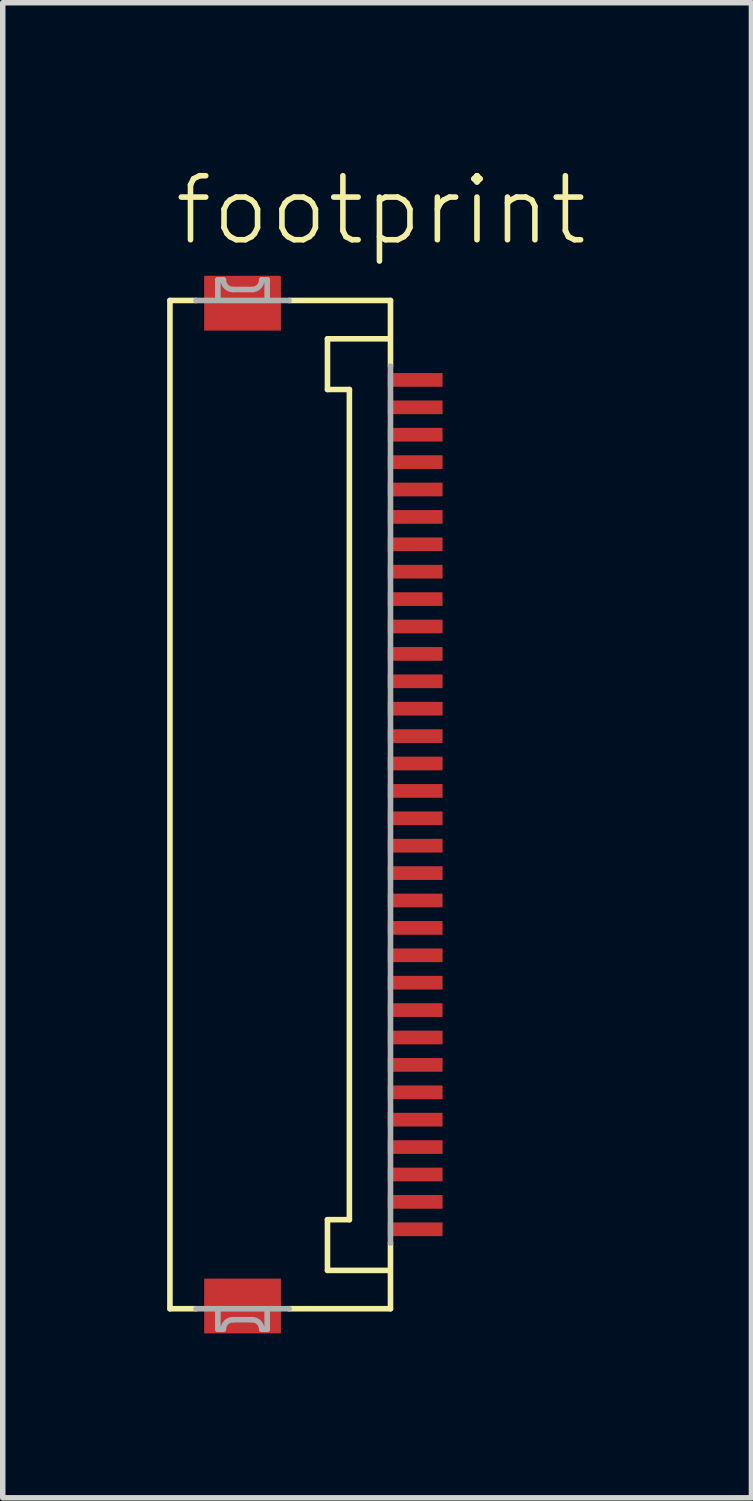
<source format=kicad_pcb>
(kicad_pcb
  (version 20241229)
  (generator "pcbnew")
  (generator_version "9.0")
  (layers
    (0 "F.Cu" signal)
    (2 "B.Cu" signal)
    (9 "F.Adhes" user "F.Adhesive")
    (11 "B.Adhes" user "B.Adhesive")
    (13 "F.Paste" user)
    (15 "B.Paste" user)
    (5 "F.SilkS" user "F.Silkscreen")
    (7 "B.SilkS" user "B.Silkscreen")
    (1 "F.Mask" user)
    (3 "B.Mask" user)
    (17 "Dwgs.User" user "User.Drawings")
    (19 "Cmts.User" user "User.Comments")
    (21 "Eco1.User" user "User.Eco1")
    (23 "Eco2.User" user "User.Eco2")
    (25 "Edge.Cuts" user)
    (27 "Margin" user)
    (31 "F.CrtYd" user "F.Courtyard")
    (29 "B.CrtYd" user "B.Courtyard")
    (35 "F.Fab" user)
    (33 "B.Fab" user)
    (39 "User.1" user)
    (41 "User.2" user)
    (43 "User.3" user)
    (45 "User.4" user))
  (footprint "footprint"
    (layer "F.Cu")
    (at 1.986 11.633)
    (property "Reference" "footprint" (at -1.905 -10.16 0) (layer "F.SilkS") (effects (font (size 1.168 1.168) (thickness 0.102)) (justify left bottom)))
    (fp_poly (pts (xy 2.015 -7.6) (xy 3.065 -7.6) (xy 3.065 -7.9) (xy 2.015 -7.9)) (stroke (width 0) (type solid)) (fill yes) (layer "F.Mask"))
    (fp_poly (pts (xy 2.015 -7.1) (xy 3.065 -7.1) (xy 3.065 -7.4) (xy 2.015 -7.4)) (stroke (width 0) (type solid)) (fill yes) (layer "F.Mask"))
    (fp_poly (pts (xy 2.015 -6.6) (xy 3.065 -6.6) (xy 3.065 -6.9) (xy 2.015 -6.9)) (stroke (width 0) (type solid)) (fill yes) (layer "F.Mask"))
    (fp_poly (pts (xy 2.015 -6.1) (xy 3.065 -6.1) (xy 3.065 -6.4) (xy 2.015 -6.4)) (stroke (width 0) (type solid)) (fill yes) (layer "F.Mask"))
    (fp_poly (pts (xy 2.015 -5.6) (xy 3.065 -5.6) (xy 3.065 -5.9) (xy 2.015 -5.9)) (stroke (width 0) (type solid)) (fill yes) (layer "F.Mask"))
    (fp_poly (pts (xy 2.015 -5.1) (xy 3.065 -5.1) (xy 3.065 -5.4) (xy 2.015 -5.4)) (stroke (width 0) (type solid)) (fill yes) (layer "F.Mask"))
    (fp_poly (pts (xy 2.015 -4.6) (xy 3.065 -4.6) (xy 3.065 -4.9) (xy 2.015 -4.9)) (stroke (width 0) (type solid)) (fill yes) (layer "F.Mask"))
    (fp_poly (pts (xy 2.015 -4.1) (xy 3.065 -4.1) (xy 3.065 -4.4) (xy 2.015 -4.4)) (stroke (width 0) (type solid)) (fill yes) (layer "F.Mask"))
    (fp_poly (pts (xy 2.015 -3.6) (xy 3.065 -3.6) (xy 3.065 -3.9) (xy 2.015 -3.9)) (stroke (width 0) (type solid)) (fill yes) (layer "F.Mask"))
    (fp_poly (pts (xy 2.015 -3.1) (xy 3.065 -3.1) (xy 3.065 -3.4) (xy 2.015 -3.4)) (stroke (width 0) (type solid)) (fill yes) (layer "F.Mask"))
    (fp_poly (pts (xy 2.015 -2.6) (xy 3.065 -2.6) (xy 3.065 -2.9) (xy 2.015 -2.9)) (stroke (width 0) (type solid)) (fill yes) (layer "F.Mask"))
    (fp_poly (pts (xy 2.015 -2.1) (xy 3.065 -2.1) (xy 3.065 -2.4) (xy 2.015 -2.4)) (stroke (width 0) (type solid)) (fill yes) (layer "F.Mask"))
    (fp_poly (pts (xy 2.015 -1.6) (xy 3.065 -1.6) (xy 3.065 -1.9) (xy 2.015 -1.9)) (stroke (width 0) (type solid)) (fill yes) (layer "F.Mask"))
    (fp_poly (pts (xy 2.015 -1.1) (xy 3.065 -1.1) (xy 3.065 -1.4) (xy 2.015 -1.4)) (stroke (width 0) (type solid)) (fill yes) (layer "F.Mask"))
    (fp_poly (pts (xy 2.015 -0.6) (xy 3.065 -0.6) (xy 3.065 -0.9) (xy 2.015 -0.9)) (stroke (width 0) (type solid)) (fill yes) (layer "F.Mask"))
    (fp_poly (pts (xy 2.015 -0.1) (xy 3.065 -0.1) (xy 3.065 -0.4) (xy 2.015 -0.4)) (stroke (width 0) (type solid)) (fill yes) (layer "F.Mask"))
    (fp_poly (pts (xy 2.015 0.4) (xy 3.065 0.4) (xy 3.065 0.1) (xy 2.015 0.1)) (stroke (width 0) (type solid)) (fill yes) (layer "F.Mask"))
    (fp_poly (pts (xy 2.015 0.9) (xy 3.065 0.9) (xy 3.065 0.6) (xy 2.015 0.6)) (stroke (width 0) (type solid)) (fill yes) (layer "F.Mask"))
    (fp_poly (pts (xy 2.015 1.4) (xy 3.065 1.4) (xy 3.065 1.1) (xy 2.015 1.1)) (stroke (width 0) (type solid)) (fill yes) (layer "F.Mask"))
    (fp_poly (pts (xy 2.015 1.9) (xy 3.065 1.9) (xy 3.065 1.6) (xy 2.015 1.6)) (stroke (width 0) (type solid)) (fill yes) (layer "F.Mask"))
    (fp_poly (pts (xy 2.015 2.4) (xy 3.065 2.4) (xy 3.065 2.1) (xy 2.015 2.1)) (stroke (width 0) (type solid)) (fill yes) (layer "F.Mask"))
    (fp_poly (pts (xy 2.015 2.9) (xy 3.065 2.9) (xy 3.065 2.6) (xy 2.015 2.6)) (stroke (width 0) (type solid)) (fill yes) (layer "F.Mask"))
    (fp_poly (pts (xy 2.015 3.4) (xy 3.065 3.4) (xy 3.065 3.1) (xy 2.015 3.1)) (stroke (width 0) (type solid)) (fill yes) (layer "F.Mask"))
    (fp_poly (pts (xy 2.015 3.9) (xy 3.065 3.9) (xy 3.065 3.6) (xy 2.015 3.6)) (stroke (width 0) (type solid)) (fill yes) (layer "F.Mask"))
    (fp_poly (pts (xy 2.015 4.4) (xy 3.065 4.4) (xy 3.065 4.1) (xy 2.015 4.1)) (stroke (width 0) (type solid)) (fill yes) (layer "F.Mask"))
    (fp_poly (pts (xy 2.015 4.9) (xy 3.065 4.9) (xy 3.065 4.6) (xy 2.015 4.6)) (stroke (width 0) (type solid)) (fill yes) (layer "F.Mask"))
    (fp_poly (pts (xy 2.015 5.4) (xy 3.065 5.4) (xy 3.065 5.1) (xy 2.015 5.1)) (stroke (width 0) (type solid)) (fill yes) (layer "F.Mask"))
    (fp_poly (pts (xy 2.015 5.9) (xy 3.065 5.9) (xy 3.065 5.6) (xy 2.015 5.6)) (stroke (width 0) (type solid)) (fill yes) (layer "F.Mask"))
    (fp_poly (pts (xy 2.015 6.4) (xy 3.065 6.4) (xy 3.065 6.1) (xy 2.015 6.1)) (stroke (width 0) (type solid)) (fill yes) (layer "F.Mask"))
    (fp_poly (pts (xy 2.015 6.9) (xy 3.065 6.9) (xy 3.065 6.6) (xy 2.015 6.6)) (stroke (width 0) (type solid)) (fill yes) (layer "F.Mask"))
    (fp_poly (pts (xy 2.015 7.4) (xy 3.065 7.4) (xy 3.065 7.1) (xy 2.015 7.1)) (stroke (width 0) (type solid)) (fill yes) (layer "F.Mask"))
    (fp_poly (pts (xy 2.015 7.9) (xy 3.065 7.9) (xy 3.065 7.6) (xy 2.015 7.6)) (stroke (width 0) (type solid)) (fill yes) (layer "F.Mask"))
    (fp_line (start -1.935 -9.2) (end -1.935 9.2) (stroke (width 0.102) (type solid)) (layer "F.SilkS"))
    (fp_line (start -1.935 9.2) (end -1.46 9.2) (stroke (width 0.102) (type solid)) (layer "F.SilkS"))
    (fp_line (start -1.46 -9.2) (end -1.935 -9.2) (stroke (width 0.102) (type solid)) (layer "F.SilkS"))
    (fp_line (start 0.24 9.2) (end 2.09 9.2) (stroke (width 0.102) (type solid)) (layer "F.SilkS"))
    (fp_line (start 0.94 -8.5) (end 0.94 -7.575) (stroke (width 0.102) (type solid)) (layer "F.SilkS"))
    (fp_line (start 0.94 -7.575) (end 1.34 -7.575) (stroke (width 0.102) (type solid)) (layer "F.SilkS"))
    (fp_line (start 0.94 7.575) (end 0.94 8.5) (stroke (width 0.102) (type solid)) (layer "F.SilkS"))
    (fp_line (start 1.34 -7.575) (end 1.34 7.575) (stroke (width 0.102) (type solid)) (layer "F.SilkS"))
    (fp_line (start 1.34 7.575) (end 0.94 7.575) (stroke (width 0.102) (type solid)) (layer "F.SilkS"))
    (fp_line (start 2.04 -8.5) (end 0.94 -8.5) (stroke (width 0.102) (type solid)) (layer "F.SilkS"))
    (fp_line (start 2.04 8.5) (end 0.94 8.5) (stroke (width 0.102) (type solid)) (layer "F.SilkS"))
    (fp_line (start 2.09 -9.2) (end 0.24 -9.2) (stroke (width 0.102) (type solid)) (layer "F.SilkS"))
    (fp_line (start 2.09 -8) (end 2.09 -9.2) (stroke (width 0.102) (type solid)) (layer "F.SilkS"))
    (fp_line (start 2.09 9.2) (end 2.09 8) (stroke (width 0.102) (type solid)) (layer "F.SilkS"))
    (fp_line (start -1.46 9.2) (end 0.24 9.2) (stroke (width 0.102) (type solid)) (layer "F.Fab"))
    (fp_line (start -1.06 -9.575) (end -0.96 -9.575) (stroke (width 0.102) (type solid)) (layer "F.Fab"))
    (fp_line (start -1.06 -9.25) (end -1.06 -9.575) (stroke (width 0.102) (type solid)) (layer "F.Fab"))
    (fp_line (start -1.06 9.575) (end -1.06 9.25) (stroke (width 0.102) (type solid)) (layer "F.Fab"))
    (fp_line (start -0.96 9.575) (end -1.06 9.575) (stroke (width 0.102) (type solid)) (layer "F.Fab"))
    (fp_line (start -0.785 -9.4) (end -0.435 -9.4) (stroke (width 0.102) (type solid)) (layer "F.Fab"))
    (fp_line (start -0.435 9.4) (end -0.785 9.4) (stroke (width 0.102) (type solid)) (layer "F.Fab"))
    (fp_line (start -0.26 -9.575) (end -0.16 -9.575) (stroke (width 0.102) (type solid)) (layer "F.Fab"))
    (fp_line (start -0.16 -9.575) (end -0.16 -9.25) (stroke (width 0.102) (type solid)) (layer "F.Fab"))
    (fp_line (start -0.16 9.25) (end -0.16 9.575) (stroke (width 0.102) (type solid)) (layer "F.Fab"))
    (fp_line (start -0.16 9.575) (end -0.26 9.575) (stroke (width 0.102) (type solid)) (layer "F.Fab"))
    (fp_line (start 0.24 -9.2) (end -1.46 -9.2) (stroke (width 0.102) (type solid)) (layer "F.Fab"))
    (fp_line (start 2.09 8) (end 2.09 -8) (stroke (width 0.102) (type solid)) (layer "F.Fab"))
    (fp_arc (start -0.96 9.575) (mid -0.908744 9.451256) (end -0.785 9.4) (stroke (width 0.1016) (type solid)) (layer "F.Fab"))
    (fp_arc (start -0.785 -9.4) (mid -0.908744 -9.451256) (end -0.96 -9.575) (stroke (width 0.1016) (type solid)) (layer "F.Fab"))
    (fp_arc (start -0.435 9.4) (mid -0.311256 9.451256) (end -0.26 9.575) (stroke (width 0.1016) (type solid)) (layer "F.Fab"))
    (fp_arc (start -0.26 -9.575) (mid -0.311256 -9.451256) (end -0.435 -9.4) (stroke (width 0.1016) (type solid)) (layer "F.Fab"))
    (pad "1" smd rect (at 2.54 -7.75) (size 1 0.25) (layers "F.Cu" "F.Paste"))
    (pad "2" smd rect (at 2.54 -7.25) (size 1 0.25) (layers "F.Cu" "F.Paste"))
    (pad "3" smd rect (at 2.54 -6.75) (size 1 0.25) (layers "F.Cu" "F.Paste"))
    (pad "4" smd rect (at 2.54 -6.25) (size 1 0.25) (layers "F.Cu" "F.Paste"))
    (pad "5" smd rect (at 2.54 -5.75) (size 1 0.25) (layers "F.Cu" "F.Paste"))
    (pad "6" smd rect (at 2.54 -5.25) (size 1 0.25) (layers "F.Cu" "F.Paste"))
    (pad "7" smd rect (at 2.54 -4.75) (size 1 0.25) (layers "F.Cu" "F.Paste"))
    (pad "8" smd rect (at 2.54 -4.25) (size 1 0.25) (layers "F.Cu" "F.Paste"))
    (pad "9" smd rect (at 2.54 -3.75) (size 1 0.25) (layers "F.Cu" "F.Paste"))
    (pad "10" smd rect (at 2.54 -3.25) (size 1 0.25) (layers "F.Cu" "F.Paste"))
    (pad "11" smd rect (at 2.54 -2.75) (size 1 0.25) (layers "F.Cu" "F.Paste"))
    (pad "12" smd rect (at 2.54 -2.25) (size 1 0.25) (layers "F.Cu" "F.Paste"))
    (pad "13" smd rect (at 2.54 -1.75) (size 1 0.25) (layers "F.Cu" "F.Paste"))
    (pad "14" smd rect (at 2.54 -1.25) (size 1 0.25) (layers "F.Cu" "F.Paste"))
    (pad "15" smd rect (at 2.54 -0.75) (size 1 0.25) (layers "F.Cu" "F.Paste"))
    (pad "16" smd rect (at 2.54 -0.25) (size 1 0.25) (layers "F.Cu" "F.Paste"))
    (pad "17" smd rect (at 2.54 0.25) (size 1 0.25) (layers "F.Cu" "F.Paste"))
    (pad "18" smd rect (at 2.54 0.75) (size 1 0.25) (layers "F.Cu" "F.Paste"))
    (pad "19" smd rect (at 2.54 1.25) (size 1 0.25) (layers "F.Cu" "F.Paste"))
    (pad "20" smd rect (at 2.54 1.75) (size 1 0.25) (layers "F.Cu" "F.Paste"))
    (pad "21" smd rect (at 2.54 2.25) (size 1 0.25) (layers "F.Cu" "F.Paste"))
    (pad "22" smd rect (at 2.54 2.75) (size 1 0.25) (layers "F.Cu" "F.Paste"))
    (pad "23" smd rect (at 2.54 3.25) (size 1 0.25) (layers "F.Cu" "F.Paste"))
    (pad "24" smd rect (at 2.54 3.75) (size 1 0.25) (layers "F.Cu" "F.Paste"))
    (pad "25" smd rect (at 2.54 4.25) (size 1 0.25) (layers "F.Cu" "F.Paste"))
    (pad "26" smd rect (at 2.54 4.75) (size 1 0.25) (layers "F.Cu" "F.Paste"))
    (pad "27" smd rect (at 2.54 5.25) (size 1 0.25) (layers "F.Cu" "F.Paste"))
    (pad "28" smd rect (at 2.54 5.75) (size 1 0.25) (layers "F.Cu" "F.Paste"))
    (pad "29" smd rect (at 2.54 6.25) (size 1 0.25) (layers "F.Cu" "F.Paste"))
    (pad "30" smd rect (at 2.54 6.75) (size 1 0.25) (layers "F.Cu" "F.Paste"))
    (pad "31" smd rect (at 2.54 7.25) (size 1 0.25) (layers "F.Cu" "F.Paste"))
    (pad "32" smd rect (at 2.54 7.75) (size 1 0.25) (layers "F.Cu" "F.Paste"))
    (pad "M1" smd rect (at -0.61 -9.15) (size 1.4 1) (layers "F.Cu" "F.Mask" "F.Paste"))
    (pad "M2" smd rect (at -0.61 9.15) (size 1.4 1) (layers "F.Cu" "F.Mask" "F.Paste")))
  (gr_rect
    (start -3 -3)
    (end 10.663 24.283)
    (stroke (width 0.1) (type default))
    (fill no)
    (layer "Edge.Cuts")))
</source>
